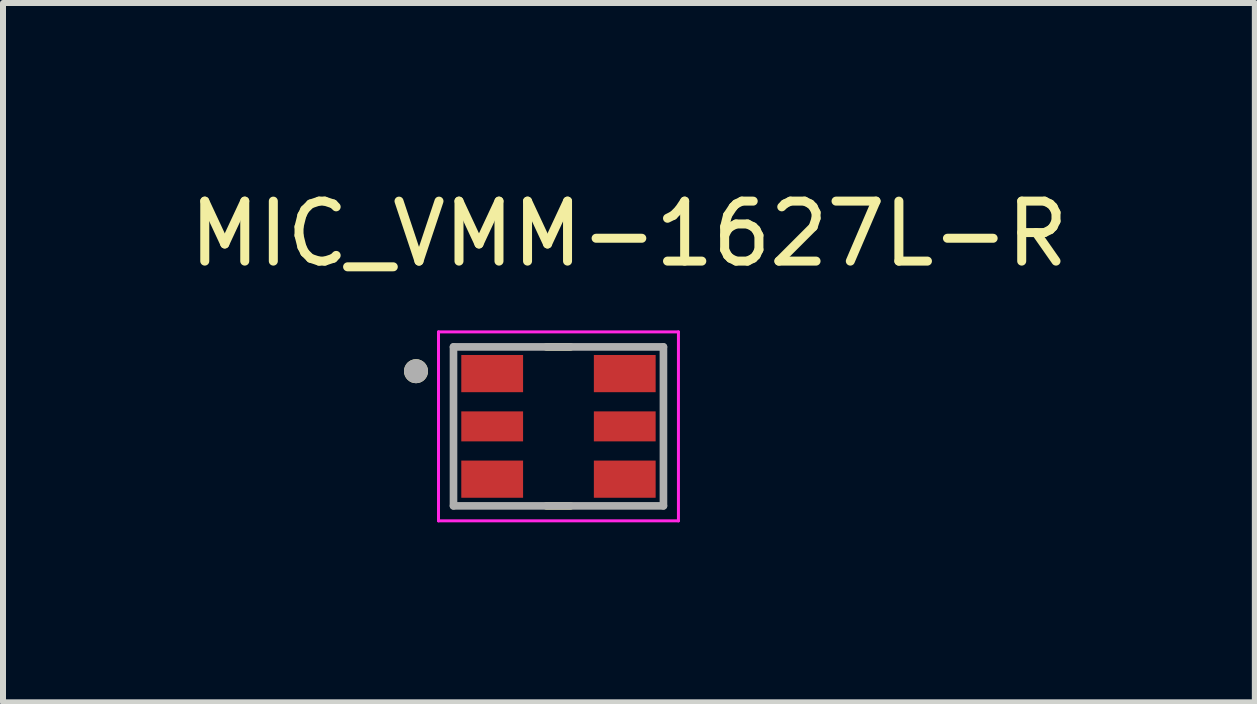
<source format=kicad_pcb>
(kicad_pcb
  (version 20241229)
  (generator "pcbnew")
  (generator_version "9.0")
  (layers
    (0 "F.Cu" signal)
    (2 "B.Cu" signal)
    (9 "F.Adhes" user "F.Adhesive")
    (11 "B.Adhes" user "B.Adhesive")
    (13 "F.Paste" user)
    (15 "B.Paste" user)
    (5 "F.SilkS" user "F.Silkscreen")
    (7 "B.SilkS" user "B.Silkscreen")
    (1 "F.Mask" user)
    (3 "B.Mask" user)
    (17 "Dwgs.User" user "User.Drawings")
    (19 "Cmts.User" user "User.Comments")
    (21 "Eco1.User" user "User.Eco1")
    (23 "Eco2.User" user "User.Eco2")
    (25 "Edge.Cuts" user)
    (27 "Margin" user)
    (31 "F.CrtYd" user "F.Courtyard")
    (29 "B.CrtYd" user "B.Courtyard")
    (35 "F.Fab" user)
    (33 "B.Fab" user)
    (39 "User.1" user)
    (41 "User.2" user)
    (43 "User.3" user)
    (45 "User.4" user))
  (footprint "MIC_VMM-1627L-R"
    (layer "F.Cu")
    (at 6.26 4.058)
    (property "Reference" "MIC_VMM-1627L-R" (at 1.175 -3.21 0) (layer "F.SilkS") (effects (font (size 1 1) (thickness 0.15))))
    (attr smd)
    (fp_line (start -0.2 -1.325) (end 0.2 -1.325) (stroke (width 0.127) (type solid)) (layer "F.SilkS"))
    (fp_line (start -0.2 1.325) (end 0.2 1.325) (stroke (width 0.127) (type solid)) (layer "F.SilkS"))
    (fp_circle (center -2.375 -0.92) (end -2.275 -0.92) (stroke (width 0.2) (type solid)) (fill no) (layer "F.SilkS"))
    (fp_line (start -2 -1.575) (end -2 1.575) (stroke (width 0.05) (type solid)) (layer "F.CrtYd"))
    (fp_line (start -2 1.575) (end 2 1.575) (stroke (width 0.05) (type solid)) (layer "F.CrtYd"))
    (fp_line (start 2 -1.575) (end -2 -1.575) (stroke (width 0.05) (type solid)) (layer "F.CrtYd"))
    (fp_line (start 2 1.575) (end 2 -1.575) (stroke (width 0.05) (type solid)) (layer "F.CrtYd"))
    (fp_line (start -1.75 -1.325) (end 1.75 -1.325) (stroke (width 0.127) (type solid)) (layer "F.Fab"))
    (fp_line (start -1.75 1.325) (end -1.75 -1.325) (stroke (width 0.127) (type solid)) (layer "F.Fab"))
    (fp_line (start 1.75 -1.325) (end 1.75 1.325) (stroke (width 0.127) (type solid)) (layer "F.Fab"))
    (fp_line (start 1.75 1.325) (end -1.75 1.325) (stroke (width 0.127) (type solid)) (layer "F.Fab"))
    (fp_circle (center -2.375 -0.92) (end -2.275 -0.92) (stroke (width 0.2) (type solid)) (fill no) (layer "F.Fab"))
    (pad "1" smd rect (at -1.105 -0.88) (size 1.03 0.62) (layers "F.Cu" "F.Mask" "F.Paste"))
    (pad "2" smd rect (at -1.105 0) (size 1.03 0.5) (layers "F.Cu" "F.Mask" "F.Paste"))
    (pad "3" smd rect (at -1.105 0.88) (size 1.03 0.62) (layers "F.Cu" "F.Mask" "F.Paste"))
    (pad "4" smd rect (at 1.105 0.88) (size 1.03 0.62) (layers "F.Cu" "F.Mask" "F.Paste"))
    (pad "5" smd rect (at 1.105 0) (size 1.03 0.5) (layers "F.Cu" "F.Mask" "F.Paste"))
    (pad "6" smd rect (at 1.105 -0.88) (size 1.03 0.62) (layers "F.Cu" "F.Mask" "F.Paste")))
  (gr_rect
    (start -3 -3)
    (end 17.869 8.658)
    (stroke (width 0.1) (type default))
    (fill no)
    (layer "Edge.Cuts")))
</source>
